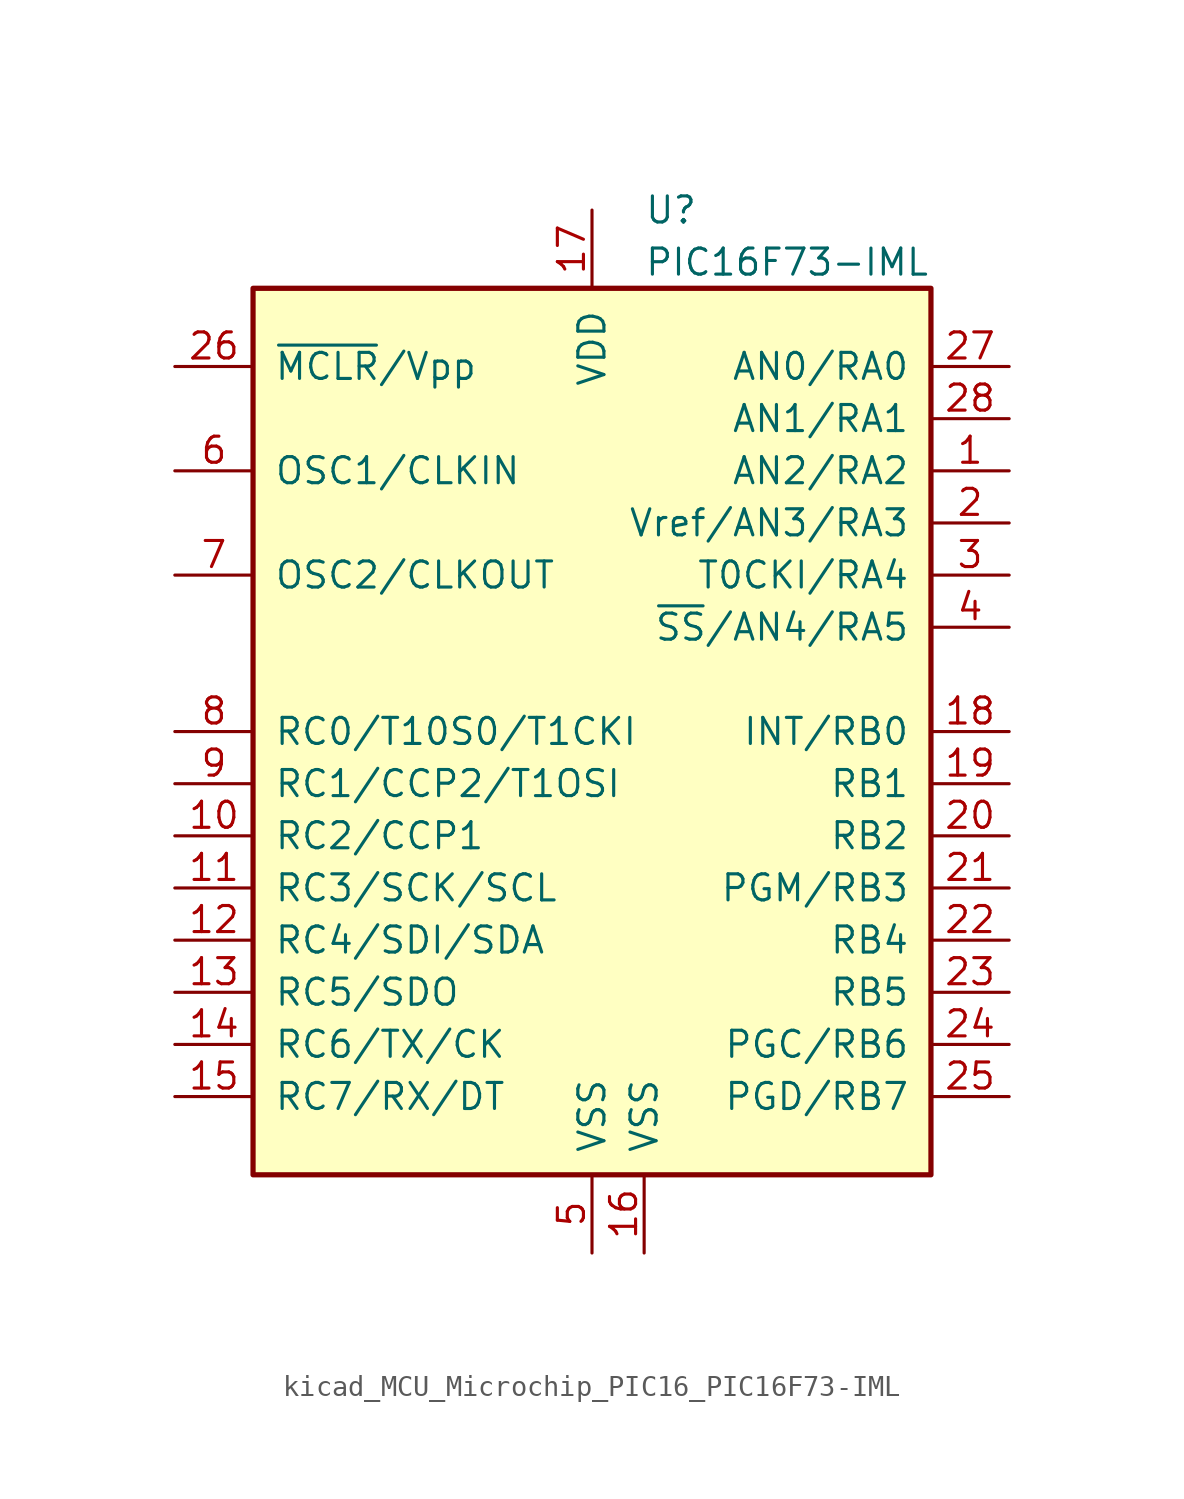
<source format=kicad_sym>
(kicad_symbol_lib
  (version 20220914)
  (generator kicad_symbol_editor)
  (symbol "kicad_MCU_Microchip_PIC16_PIC16F73-IML"
    (pin_names
      (offset 1.016))
    (property "Reference" "U"
      (at 2.54 25.4 0)
      (effects (font (size 1.27 1.27)) (justify left)))
    (property "Value" "PIC16F73-IML"
      (at 2.54 22.86 0)
      (effects (font (size 1.27 1.27)) (justify left)))
    (symbol "kicad_MCU_Microchip_PIC16_PIC16F73-IML_0_1"
      (rectangle (start -16.51 -21.59) (end 16.51 21.59) (stroke (width 0.254) (type default)) (fill (type background))))
    (symbol "kicad_MCU_Microchip_PIC16_PIC16F73-IML_1_1"
      (pin bidirectional line (at 20.32 12.7 180) (length 3.81) (name "AN2/RA2" (effects (font (size 1.27 1.27)))) (number "1" (effects (font (size 1.27 1.27)))))
      (pin bidirectional line (at -20.32 -5.08 0) (length 3.81) (name "RC2/CCP1" (effects (font (size 1.27 1.27)))) (number "10" (effects (font (size 1.27 1.27)))))
      (pin bidirectional line (at -20.32 -7.62 0) (length 3.81) (name "RC3/SCK/SCL" (effects (font (size 1.27 1.27)))) (number "11" (effects (font (size 1.27 1.27)))))
      (pin bidirectional line (at -20.32 -10.16 0) (length 3.81) (name "RC4/SDI/SDA" (effects (font (size 1.27 1.27)))) (number "12" (effects (font (size 1.27 1.27)))))
      (pin bidirectional line (at -20.32 -12.7 0) (length 3.81) (name "RC5/SDO" (effects (font (size 1.27 1.27)))) (number "13" (effects (font (size 1.27 1.27)))))
      (pin bidirectional line (at -20.32 -15.24 0) (length 3.81) (name "RC6/TX/CK" (effects (font (size 1.27 1.27)))) (number "14" (effects (font (size 1.27 1.27)))))
      (pin bidirectional line (at -20.32 -17.78 0) (length 3.81) (name "RC7/RX/DT" (effects (font (size 1.27 1.27)))) (number "15" (effects (font (size 1.27 1.27)))))
      (pin power_in line (at 2.54 -25.4 90) (length 3.81) (name "VSS" (effects (font (size 1.27 1.27)))) (number "16" (effects (font (size 1.27 1.27)))))
      (pin power_in line (at 0 25.4 270) (length 3.81) (name "VDD" (effects (font (size 1.27 1.27)))) (number "17" (effects (font (size 1.27 1.27)))))
      (pin bidirectional line (at 20.32 0 180) (length 3.81) (name "INT/RB0" (effects (font (size 1.27 1.27)))) (number "18" (effects (font (size 1.27 1.27)))))
      (pin bidirectional line (at 20.32 -2.54 180) (length 3.81) (name "RB1" (effects (font (size 1.27 1.27)))) (number "19" (effects (font (size 1.27 1.27)))))
      (pin bidirectional line (at 20.32 10.16 180) (length 3.81) (name "Vref/AN3/RA3" (effects (font (size 1.27 1.27)))) (number "2" (effects (font (size 1.27 1.27)))))
      (pin bidirectional line (at 20.32 -5.08 180) (length 3.81) (name "RB2" (effects (font (size 1.27 1.27)))) (number "20" (effects (font (size 1.27 1.27)))))
      (pin bidirectional line (at 20.32 -7.62 180) (length 3.81) (name "PGM/RB3" (effects (font (size 1.27 1.27)))) (number "21" (effects (font (size 1.27 1.27)))))
      (pin bidirectional line (at 20.32 -10.16 180) (length 3.81) (name "RB4" (effects (font (size 1.27 1.27)))) (number "22" (effects (font (size 1.27 1.27)))))
      (pin bidirectional line (at 20.32 -12.7 180) (length 3.81) (name "RB5" (effects (font (size 1.27 1.27)))) (number "23" (effects (font (size 1.27 1.27)))))
      (pin bidirectional line (at 20.32 -15.24 180) (length 3.81) (name "PGC/RB6" (effects (font (size 1.27 1.27)))) (number "24" (effects (font (size 1.27 1.27)))))
      (pin bidirectional line (at 20.32 -17.78 180) (length 3.81) (name "PGD/RB7" (effects (font (size 1.27 1.27)))) (number "25" (effects (font (size 1.27 1.27)))))
      (pin input line (at -20.32 17.78 0) (length 3.81) (name "~{MCLR}/Vpp" (effects (font (size 1.27 1.27)))) (number "26" (effects (font (size 1.27 1.27)))))
      (pin bidirectional line (at 20.32 17.78 180) (length 3.81) (name "AN0/RA0" (effects (font (size 1.27 1.27)))) (number "27" (effects (font (size 1.27 1.27)))))
      (pin bidirectional line (at 20.32 15.24 180) (length 3.81) (name "AN1/RA1" (effects (font (size 1.27 1.27)))) (number "28" (effects (font (size 1.27 1.27)))))
      (pin bidirectional line (at 20.32 7.62 180) (length 3.81) (name "T0CKI/RA4" (effects (font (size 1.27 1.27)))) (number "3" (effects (font (size 1.27 1.27)))))
      (pin bidirectional line (at 20.32 5.08 180) (length 3.81) (name "~{SS}/AN4/RA5" (effects (font (size 1.27 1.27)))) (number "4" (effects (font (size 1.27 1.27)))))
      (pin power_in line (at 0 -25.4 90) (length 3.81) (name "VSS" (effects (font (size 1.27 1.27)))) (number "5" (effects (font (size 1.27 1.27)))))
      (pin input line (at -20.32 12.7 0) (length 3.81) (name "OSC1/CLKIN" (effects (font (size 1.27 1.27)))) (number "6" (effects (font (size 1.27 1.27)))))
      (pin output line (at -20.32 7.62 0) (length 3.81) (name "OSC2/CLKOUT" (effects (font (size 1.27 1.27)))) (number "7" (effects (font (size 1.27 1.27)))))
      (pin bidirectional line (at -20.32 0 0) (length 3.81) (name "RC0/T10S0/T1CKI" (effects (font (size 1.27 1.27)))) (number "8" (effects (font (size 1.27 1.27)))))
      (pin bidirectional line (at -20.32 -2.54 0) (length 3.81) (name "RC1/CCP2/T1OSI" (effects (font (size 1.27 1.27)))) (number "9" (effects (font (size 1.27 1.27))))))))
</source>
